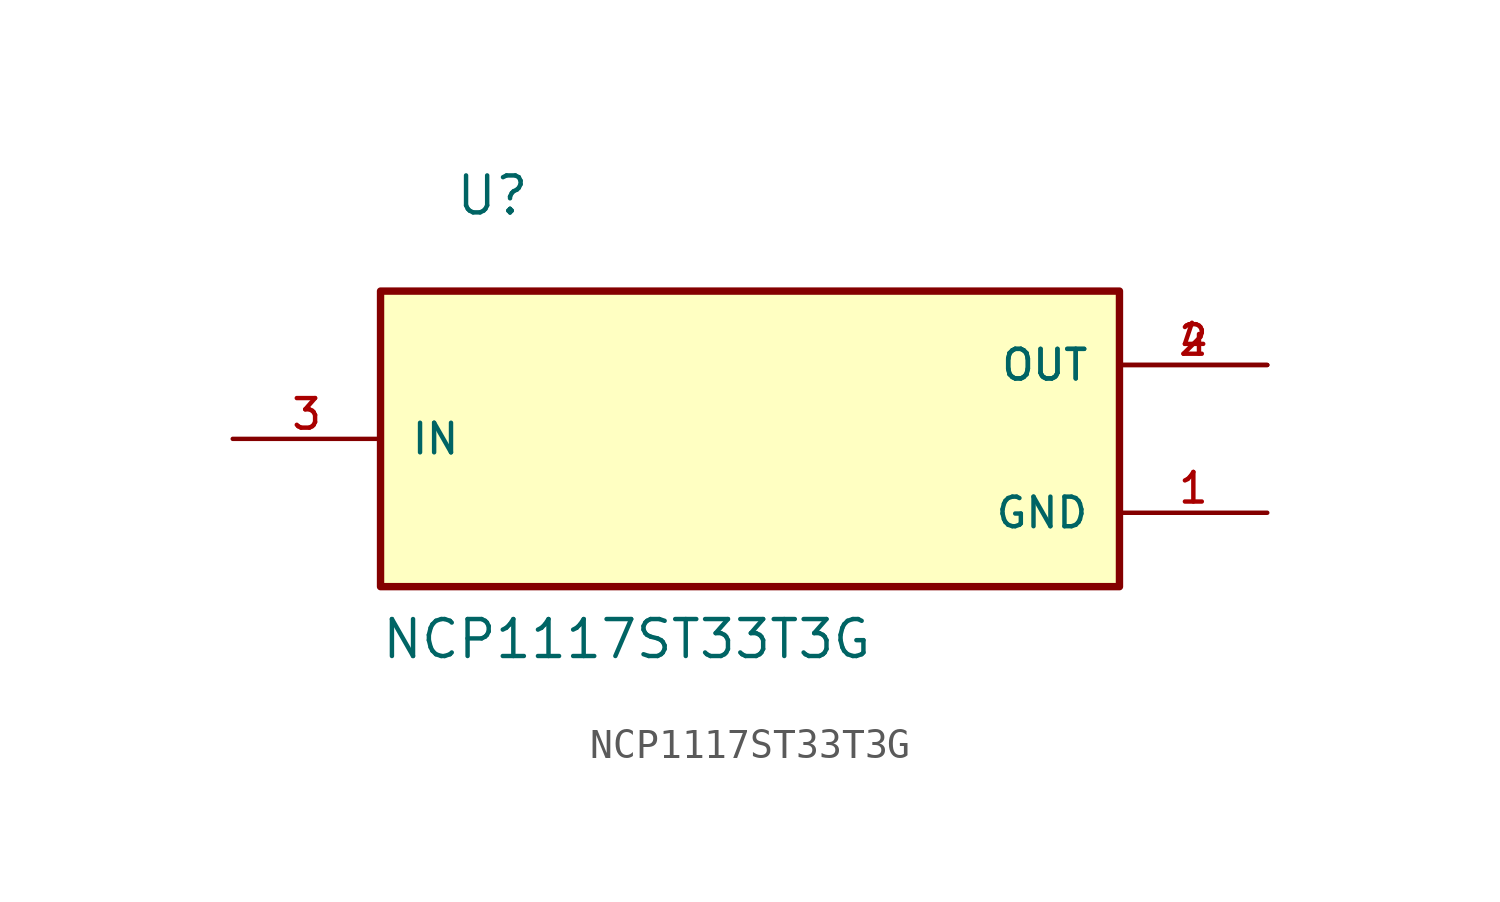
<source format=kicad_sym>
(kicad_symbol_lib
  (version 20211014)
  (generator kicad_symbol_editor)
  (symbol "NCP1117ST33T3G"
    (pin_names
      (offset 1.016))
    (property "Reference" "U"
      (at -10.163 7.622 0)
      (effects (font (size 1.27 1.27)) (justify bottom left)))
    (property "Value" "NCP1117ST33T3G"
      (at -12.711 -7.627 0)
      (effects (font (size 1.27 1.27)) (justify bottom left)))
    (symbol "NCP1117ST33T3G_0_0"
      (rectangle (start -12.7 -5.08) (end 12.7 5.08) (stroke (width 0.254)) (fill (type background)))
      (pin input line (at -17.78 0.0 0) (length 5.08) (name "IN" (effects (font (size 1.016 1.016)))) (number "3" (effects (font (size 1.016 1.016)))))
      (pin output line (at 17.78 2.54 180.0) (length 5.08) (name "OUT" (effects (font (size 1.016 1.016)))) (number "2" (effects (font (size 1.016 1.016)))))
      (pin output line (at 17.78 2.54 180.0) (length 5.08) (name "OUT" (effects (font (size 1.016 1.016)))) (number "4" (effects (font (size 1.016 1.016)))))
      (pin power_in line (at 17.78 -2.54 180.0) (length 5.08) (name "GND" (effects (font (size 1.016 1.016)))) (number "1" (effects (font (size 1.016 1.016))))))))
</source>
